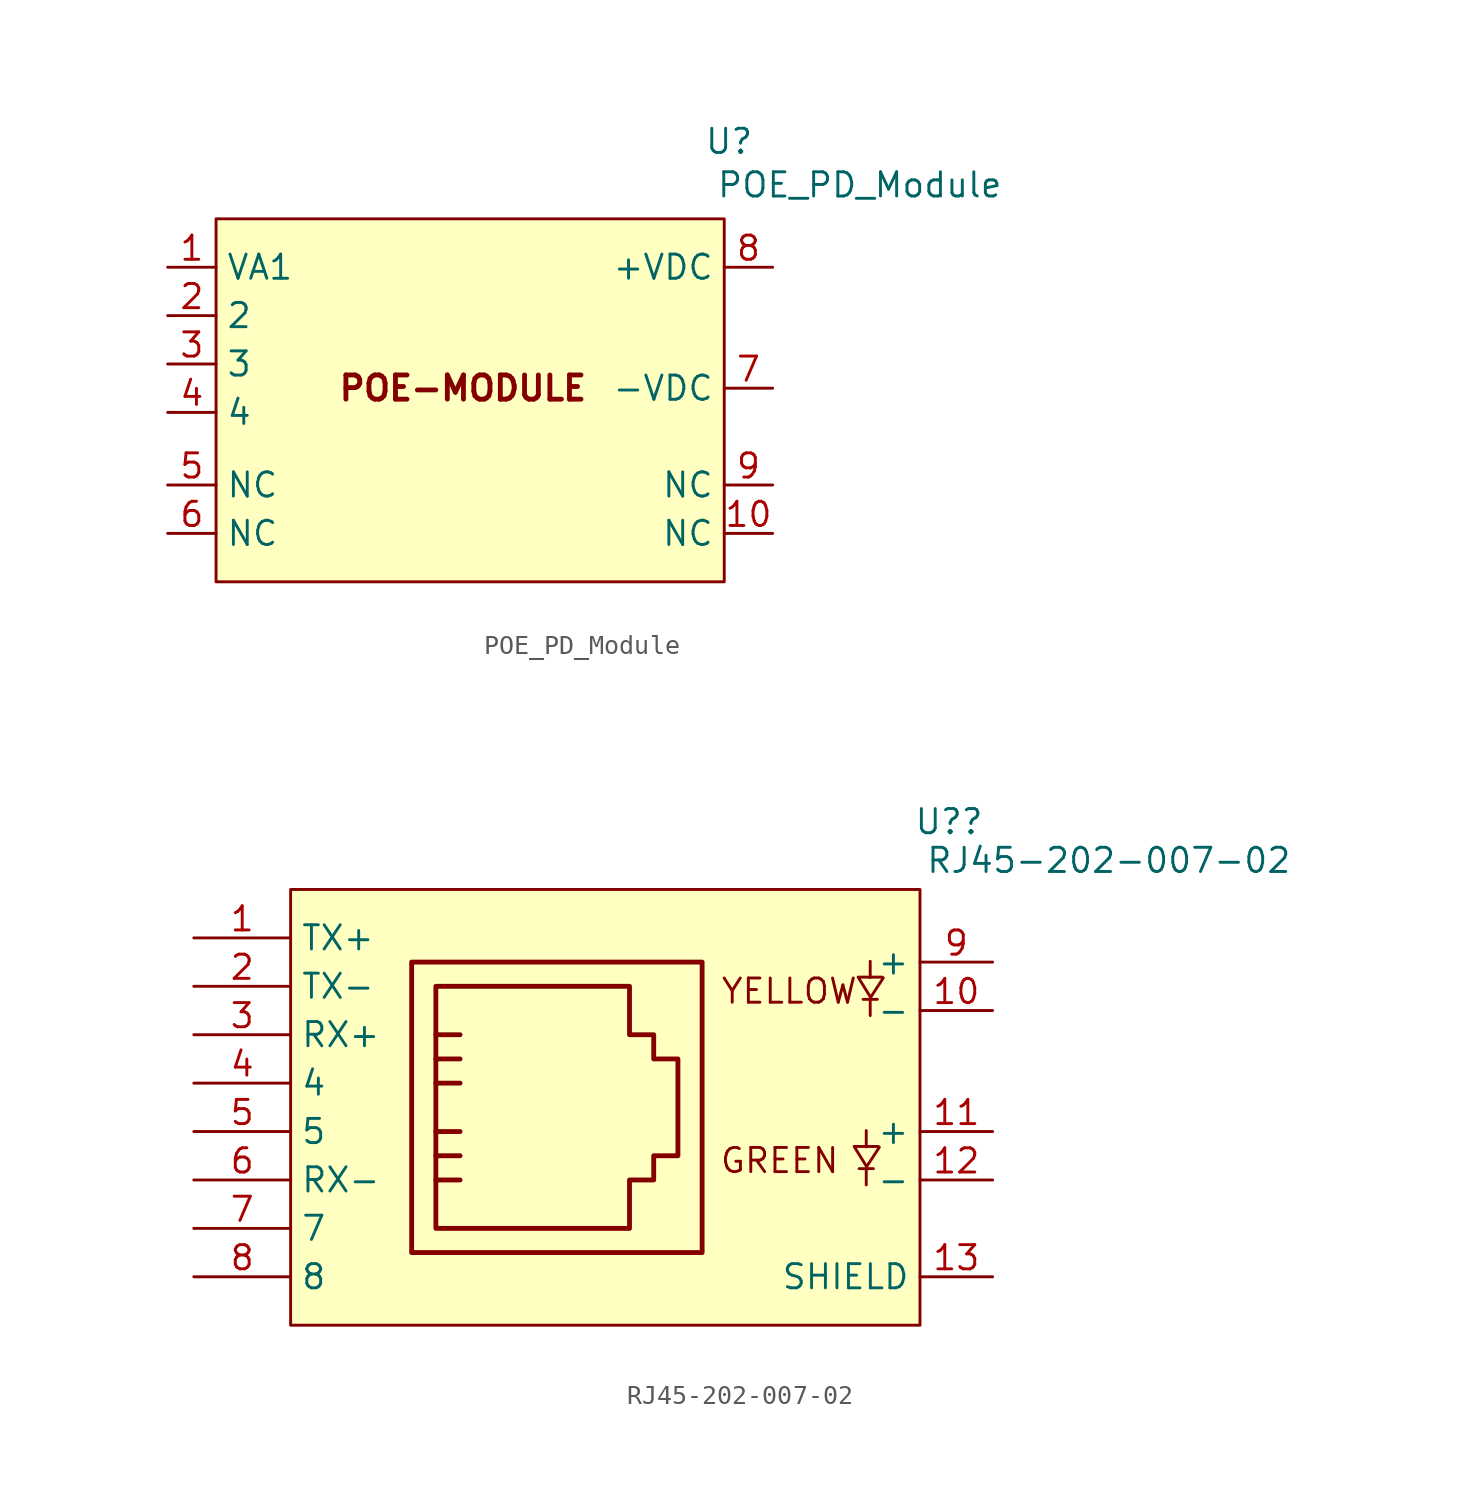
<source format=kicad_sym>
(kicad_symbol_lib
  (version 20241209)
  (generator "kicad_symbol_editor")
  (generator_version "9.0")
  (symbol "POE_PD_Module"
    (property "Reference" "U"
      (at 14.224 23.114 0)
      (effects (font (size 1.27 1.27))))
    (property "Value" "POE_PD_Module"
      (at 21.082 20.828 0)
      (effects (font (size 1.27 1.27))))
    (symbol "POE_PD_Module_0_0"
      (pin bidirectional line (at -15.24 13.97 0) (length 2.54) (name "2" (effects (font (size 1.27 1.27)))) (number "2" (effects (font (size 1.27 1.27)))))
      (pin bidirectional line (at -15.24 11.43 0) (length 2.54) (name "3" (effects (font (size 1.27 1.27)))) (number "3" (effects (font (size 1.27 1.27)))))
      (pin bidirectional line (at -15.24 8.89 0) (length 2.54) (name "4" (effects (font (size 1.27 1.27)))) (number "4" (effects (font (size 1.27 1.27)))))
      (pin bidirectional line (at -15.24 5.08 0) (length 2.54) (name "NC" (effects (font (size 1.27 1.27)))) (number "5" (effects (font (size 1.27 1.27)))))
      (pin bidirectional line (at -15.24 2.54 0) (length 2.54) (name "NC" (effects (font (size 1.27 1.27)))) (number "6" (effects (font (size 1.27 1.27)))))
      (pin bidirectional line (at 16.51 10.16 180) (length 2.54) (name "-VDC" (effects (font (size 1.27 1.27)))) (number "7" (effects (font (size 1.27 1.27)))))
      (pin bidirectional line (at 16.51 5.08 180) (length 2.54) (name "NC" (effects (font (size 1.27 1.27)))) (number "9" (effects (font (size 1.27 1.27)))))
      (pin bidirectional line (at 16.51 2.54 180) (length 2.54) (name "NC" (effects (font (size 1.27 1.27)))) (number "10" (effects (font (size 1.27 1.27))))))
    (symbol "POE_PD_Module_1_0"
      (pin bidirectional line (at -15.24 16.51 0) (length 2.54) (name "VA1" (effects (font (size 1.27 1.27)))) (number "1" (effects (font (size 1.27 1.27)))))
      (pin bidirectional line (at 16.51 16.51 180) (length 2.54) (name "+VDC" (effects (font (size 1.27 1.27)))) (number "8" (effects (font (size 1.27 1.27))))))
    (symbol "POE_PD_Module_1_1"
      (rectangle (start -12.7 19.05) (end 13.97 0) (stroke (width 0) (type solid)) (fill (type background)))
      (text "POE-MODULE" (at 0.254 10.16 0) (effects (font (size 1.27 1.27) (thickness 0.254) (bold yes))))))
  (symbol "RJ45-202-007-02"
    (property "Reference" "U?"
      (at 19.304 26.416 0)
      (effects (font (size 1.27 1.27))))
    (property "Value" "RJ45-202-007-02"
      (at 27.686 24.384 0)
      (effects (font (size 1.27 1.27))))
    (symbol "RJ45-202-007-02_0_0"
      (rectangle (start -8.89 3.81) (end 6.35 19.05) (stroke (width 0.254) (type solid)) (fill (type none)))
      (polyline (pts (xy -7.62 17.78) (xy -7.62 5.08) (xy 2.54 5.08) (xy 2.54 7.62) (xy 3.81 7.62) (xy 3.81 8.89) (xy 5.08 8.89) (xy 5.08 13.97) (xy 3.81 13.97) (xy 3.81 15.24) (xy 2.54 15.24) (xy 2.54 17.78) (xy -7.62 17.78) (xy -6.35 17.78)) (stroke (width 0.254) (type solid)) (fill (type none)))
      (polyline (pts (xy -7.62 15.24) (xy -6.35 15.24)) (stroke (width 0.254) (type solid)) (fill (type none)))
      (polyline (pts (xy -7.62 13.97) (xy -6.35 13.97)) (stroke (width 0.254) (type solid)) (fill (type none)))
      (polyline (pts (xy -7.62 12.7) (xy -6.35 12.7)) (stroke (width 0.254) (type solid)) (fill (type none)))
      (polyline (pts (xy -7.62 10.16) (xy -6.35 10.16)) (stroke (width 0.254) (type solid)) (fill (type none)))
      (polyline (pts (xy -7.62 8.89) (xy -6.35 8.89)) (stroke (width 0.254) (type solid)) (fill (type none)))
      (polyline (pts (xy -7.62 7.62) (xy -6.35 7.62)) (stroke (width 0.254) (type solid)) (fill (type none)))
      (pin bidirectional line (at -20.32 12.7 0) (length 5.08) (name "4" (effects (font (size 1.27 1.27)))) (number "4" (effects (font (size 1.27 1.27)))))
      (pin bidirectional line (at -20.32 10.16 0) (length 5.08) (name "5" (effects (font (size 1.27 1.27)))) (number "5" (effects (font (size 1.27 1.27)))))
      (pin bidirectional line (at -20.32 5.08 0) (length 5.08) (name "7" (effects (font (size 1.27 1.27)))) (number "7" (effects (font (size 1.27 1.27)))))
      (pin bidirectional line (at -20.32 2.54 0) (length 5.08) (name "8" (effects (font (size 1.27 1.27)))) (number "8" (effects (font (size 1.27 1.27)))))
      (pin unspecified line (at 21.59 19.05 180) (length 3.81) (name "+" (effects (font (size 1.27 1.27)))) (number "9" (effects (font (size 1.27 1.27)))))
      (pin unspecified line (at 21.59 16.51 180) (length 3.81) (name "-" (effects (font (size 1.27 1.27)))) (number "10" (effects (font (size 1.27 1.27)))))
      (pin unspecified line (at 21.59 10.16 180) (length 3.81) (name "+" (effects (font (size 1.27 1.27)))) (number "11" (effects (font (size 1.27 1.27)))))
      (pin unspecified line (at 21.59 7.62 180) (length 3.81) (name "-" (effects (font (size 1.27 1.27)))) (number "12" (effects (font (size 1.27 1.27))))))
    (symbol "RJ45-202-007-02_1_0"
      (pin bidirectional line (at -20.32 20.32 0) (length 5.08) (name "TX+" (effects (font (size 1.27 1.27)))) (number "1" (effects (font (size 1.27 1.27)))))
      (pin bidirectional line (at -20.32 17.78 0) (length 5.08) (name "TX-" (effects (font (size 1.27 1.27)))) (number "2" (effects (font (size 1.27 1.27)))))
      (pin bidirectional line (at -20.32 15.24 0) (length 5.08) (name "RX+" (effects (font (size 1.27 1.27)))) (number "3" (effects (font (size 1.27 1.27)))))
      (pin bidirectional line (at -20.32 7.62 0) (length 5.08) (name "RX-" (effects (font (size 1.27 1.27)))) (number "6" (effects (font (size 1.27 1.27)))))
      (pin unspecified line (at 21.59 2.54 180) (length 3.81) (name "SHIELD" (effects (font (size 1.27 1.27)))) (number "13" (effects (font (size 1.27 1.27))))))
    (symbol "RJ45-202-007-02_1_1"
      (rectangle (start -15.24 22.86) (end 17.78 0) (stroke (width 0) (type solid) (color 132 0 0 1)) (fill (type color) (color 255 255 194 1)))
      (polyline (pts (xy 14.96 9.357) (xy 14.96 10.21)) (stroke (width 0) (type default)) (fill (type none)))
      (polyline (pts (xy 14.96 8.131) (xy 14.96 7.361)) (stroke (width 0) (type default)) (fill (type none)))
      (polyline (pts (xy 15.168 18.241) (xy 15.168 19.093)) (stroke (width 0) (type default)) (fill (type none)))
      (polyline (pts (xy 15.168 17.014) (xy 15.168 16.245)) (stroke (width 0) (type default)) (fill (type none)))
      (polyline (pts (xy 15.335 8.214) (xy 14.586 8.214)) (stroke (width 0) (type default)) (fill (type none)))
      (polyline (pts (xy 15.543 17.097) (xy 14.794 17.097)) (stroke (width 0) (type default)) (fill (type none)))
      (polyline (pts (xy 15.595 9.378) (xy 14.325 9.378) (xy 14.981 8.318) (xy 15.647 9.337)) (stroke (width 0) (type default)) (fill (type none)))
      (polyline (pts (xy 15.803 18.262) (xy 14.533 18.262) (xy 15.189 17.201) (xy 15.855 18.22)) (stroke (width 0) (type default)) (fill (type none)))
      (text "GREEN\n" (at 10.414 8.636 0) (effects (font (size 1.27 1.27))))
      (text "YELLOW" (at 10.922 17.526 0) (effects (font (size 1.27 1.27)))))))
</source>
